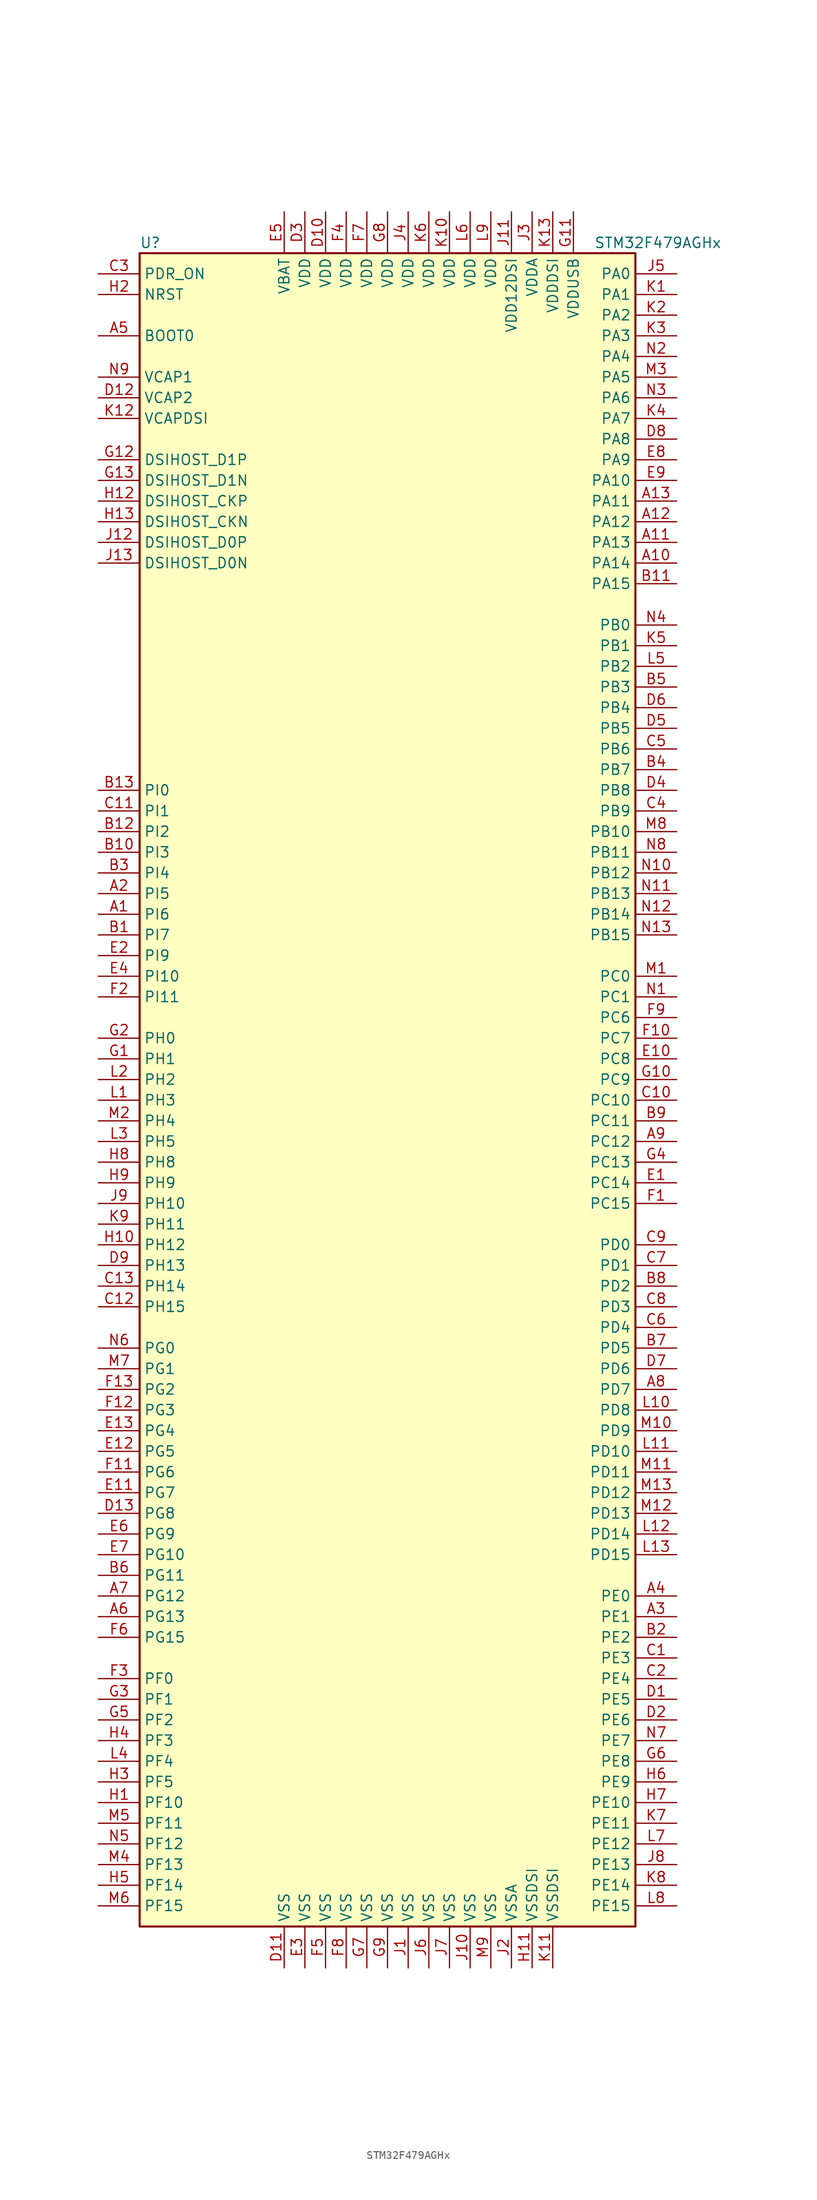
<source format=kicad_sym>
(kicad_symbol_lib
  (version 20201005)
  (generator kicad_symbol_editor)
  (symbol "STM32F479AGHx"
    (property "Reference" "U"
      (at -30.48 102.87 0)
      (effects (font (size 1.27 1.27)) (justify left)))
    (property "Value" "STM32F479AGHx"
      (at 25.4 102.87 0)
      (effects (font (size 1.27 1.27)) (justify left)))
    (symbol "STM32F479AGHx_0_1"
      (rectangle (start -30.48 -104.14) (end 30.48 101.6) (stroke (width 0.254)) (fill (type background))))
    (symbol "STM32F479AGHx_1_1"
      (pin bidirectional line (at -35.56 20.32 0) (length 5.08) (name "PI6" (effects (font (size 1.27 1.27)))) (number "A1" (effects (font (size 1.27 1.27)))))
      (pin bidirectional line (at 35.56 63.5 180) (length 5.08) (name "PA14" (effects (font (size 1.27 1.27)))) (number "A10" (effects (font (size 1.27 1.27)))))
      (pin bidirectional line (at 35.56 66.04 180) (length 5.08) (name "PA13" (effects (font (size 1.27 1.27)))) (number "A11" (effects (font (size 1.27 1.27)))))
      (pin bidirectional line (at 35.56 68.58 180) (length 5.08) (name "PA12" (effects (font (size 1.27 1.27)))) (number "A12" (effects (font (size 1.27 1.27)))))
      (pin bidirectional line (at 35.56 71.12 180) (length 5.08) (name "PA11" (effects (font (size 1.27 1.27)))) (number "A13" (effects (font (size 1.27 1.27)))))
      (pin bidirectional line (at -35.56 22.86 0) (length 5.08) (name "PI5" (effects (font (size 1.27 1.27)))) (number "A2" (effects (font (size 1.27 1.27)))))
      (pin bidirectional line (at 35.56 -66.04 180) (length 5.08) (name "PE1" (effects (font (size 1.27 1.27)))) (number "A3" (effects (font (size 1.27 1.27)))))
      (pin bidirectional line (at 35.56 -63.5 180) (length 5.08) (name "PE0" (effects (font (size 1.27 1.27)))) (number "A4" (effects (font (size 1.27 1.27)))))
      (pin input line (at -35.56 91.44 0) (length 5.08) (name "BOOT0" (effects (font (size 1.27 1.27)))) (number "A5" (effects (font (size 1.27 1.27)))))
      (pin bidirectional line (at -35.56 -66.04 0) (length 5.08) (name "PG13" (effects (font (size 1.27 1.27)))) (number "A6" (effects (font (size 1.27 1.27)))))
      (pin bidirectional line (at -35.56 -63.5 0) (length 5.08) (name "PG12" (effects (font (size 1.27 1.27)))) (number "A7" (effects (font (size 1.27 1.27)))))
      (pin bidirectional line (at 35.56 -38.1 180) (length 5.08) (name "PD7" (effects (font (size 1.27 1.27)))) (number "A8" (effects (font (size 1.27 1.27)))))
      (pin bidirectional line (at 35.56 -7.62 180) (length 5.08) (name "PC12" (effects (font (size 1.27 1.27)))) (number "A9" (effects (font (size 1.27 1.27)))))
      (pin bidirectional line (at -35.56 17.78 0) (length 5.08) (name "PI7" (effects (font (size 1.27 1.27)))) (number "B1" (effects (font (size 1.27 1.27)))))
      (pin bidirectional line (at -35.56 27.94 0) (length 5.08) (name "PI3" (effects (font (size 1.27 1.27)))) (number "B10" (effects (font (size 1.27 1.27)))))
      (pin bidirectional line (at 35.56 60.96 180) (length 5.08) (name "PA15" (effects (font (size 1.27 1.27)))) (number "B11" (effects (font (size 1.27 1.27)))))
      (pin bidirectional line (at -35.56 30.48 0) (length 5.08) (name "PI2" (effects (font (size 1.27 1.27)))) (number "B12" (effects (font (size 1.27 1.27)))))
      (pin bidirectional line (at -35.56 35.56 0) (length 5.08) (name "PI0" (effects (font (size 1.27 1.27)))) (number "B13" (effects (font (size 1.27 1.27)))))
      (pin bidirectional line (at 35.56 -68.58 180) (length 5.08) (name "PE2" (effects (font (size 1.27 1.27)))) (number "B2" (effects (font (size 1.27 1.27)))))
      (pin bidirectional line (at -35.56 25.4 0) (length 5.08) (name "PI4" (effects (font (size 1.27 1.27)))) (number "B3" (effects (font (size 1.27 1.27)))))
      (pin bidirectional line (at 35.56 38.1 180) (length 5.08) (name "PB7" (effects (font (size 1.27 1.27)))) (number "B4" (effects (font (size 1.27 1.27)))))
      (pin bidirectional line (at 35.56 48.26 180) (length 5.08) (name "PB3" (effects (font (size 1.27 1.27)))) (number "B5" (effects (font (size 1.27 1.27)))))
      (pin bidirectional line (at -35.56 -60.96 0) (length 5.08) (name "PG11" (effects (font (size 1.27 1.27)))) (number "B6" (effects (font (size 1.27 1.27)))))
      (pin bidirectional line (at 35.56 -33.02 180) (length 5.08) (name "PD5" (effects (font (size 1.27 1.27)))) (number "B7" (effects (font (size 1.27 1.27)))))
      (pin bidirectional line (at 35.56 -25.4 180) (length 5.08) (name "PD2" (effects (font (size 1.27 1.27)))) (number "B8" (effects (font (size 1.27 1.27)))))
      (pin bidirectional line (at 35.56 -5.08 180) (length 5.08) (name "PC11" (effects (font (size 1.27 1.27)))) (number "B9" (effects (font (size 1.27 1.27)))))
      (pin bidirectional line (at 35.56 -71.12 180) (length 5.08) (name "PE3" (effects (font (size 1.27 1.27)))) (number "C1" (effects (font (size 1.27 1.27)))))
      (pin bidirectional line (at 35.56 -2.54 180) (length 5.08) (name "PC10" (effects (font (size 1.27 1.27)))) (number "C10" (effects (font (size 1.27 1.27)))))
      (pin bidirectional line (at -35.56 33.02 0) (length 5.08) (name "PI1" (effects (font (size 1.27 1.27)))) (number "C11" (effects (font (size 1.27 1.27)))))
      (pin bidirectional line (at -35.56 -27.94 0) (length 5.08) (name "PH15" (effects (font (size 1.27 1.27)))) (number "C12" (effects (font (size 1.27 1.27)))))
      (pin bidirectional line (at -35.56 -25.4 0) (length 5.08) (name "PH14" (effects (font (size 1.27 1.27)))) (number "C13" (effects (font (size 1.27 1.27)))))
      (pin bidirectional line (at 35.56 -73.66 180) (length 5.08) (name "PE4" (effects (font (size 1.27 1.27)))) (number "C2" (effects (font (size 1.27 1.27)))))
      (pin input line (at -35.56 99.06 0) (length 5.08) (name "PDR_ON" (effects (font (size 1.27 1.27)))) (number "C3" (effects (font (size 1.27 1.27)))))
      (pin bidirectional line (at 35.56 33.02 180) (length 5.08) (name "PB9" (effects (font (size 1.27 1.27)))) (number "C4" (effects (font (size 1.27 1.27)))))
      (pin bidirectional line (at 35.56 40.64 180) (length 5.08) (name "PB6" (effects (font (size 1.27 1.27)))) (number "C5" (effects (font (size 1.27 1.27)))))
      (pin bidirectional line (at 35.56 -30.48 180) (length 5.08) (name "PD4" (effects (font (size 1.27 1.27)))) (number "C6" (effects (font (size 1.27 1.27)))))
      (pin bidirectional line (at 35.56 -22.86 180) (length 5.08) (name "PD1" (effects (font (size 1.27 1.27)))) (number "C7" (effects (font (size 1.27 1.27)))))
      (pin bidirectional line (at 35.56 -27.94 180) (length 5.08) (name "PD3" (effects (font (size 1.27 1.27)))) (number "C8" (effects (font (size 1.27 1.27)))))
      (pin bidirectional line (at 35.56 -20.32 180) (length 5.08) (name "PD0" (effects (font (size 1.27 1.27)))) (number "C9" (effects (font (size 1.27 1.27)))))
      (pin bidirectional line (at 35.56 -76.2 180) (length 5.08) (name "PE5" (effects (font (size 1.27 1.27)))) (number "D1" (effects (font (size 1.27 1.27)))))
      (pin power_in line (at -7.62 106.68 270) (length 5.08) (name "VDD" (effects (font (size 1.27 1.27)))) (number "D10" (effects (font (size 1.27 1.27)))))
      (pin power_in line (at -12.7 -109.22 90) (length 5.08) (name "VSS" (effects (font (size 1.27 1.27)))) (number "D11" (effects (font (size 1.27 1.27)))))
      (pin power_in line (at -35.56 83.82 0) (length 5.08) (name "VCAP2" (effects (font (size 1.27 1.27)))) (number "D12" (effects (font (size 1.27 1.27)))))
      (pin bidirectional line (at -35.56 -53.34 0) (length 5.08) (name "PG8" (effects (font (size 1.27 1.27)))) (number "D13" (effects (font (size 1.27 1.27)))))
      (pin bidirectional line (at 35.56 -78.74 180) (length 5.08) (name "PE6" (effects (font (size 1.27 1.27)))) (number "D2" (effects (font (size 1.27 1.27)))))
      (pin power_in line (at -10.16 106.68 270) (length 5.08) (name "VDD" (effects (font (size 1.27 1.27)))) (number "D3" (effects (font (size 1.27 1.27)))))
      (pin bidirectional line (at 35.56 35.56 180) (length 5.08) (name "PB8" (effects (font (size 1.27 1.27)))) (number "D4" (effects (font (size 1.27 1.27)))))
      (pin bidirectional line (at 35.56 43.18 180) (length 5.08) (name "PB5" (effects (font (size 1.27 1.27)))) (number "D5" (effects (font (size 1.27 1.27)))))
      (pin bidirectional line (at 35.56 45.72 180) (length 5.08) (name "PB4" (effects (font (size 1.27 1.27)))) (number "D6" (effects (font (size 1.27 1.27)))))
      (pin bidirectional line (at 35.56 -35.56 180) (length 5.08) (name "PD6" (effects (font (size 1.27 1.27)))) (number "D7" (effects (font (size 1.27 1.27)))))
      (pin bidirectional line (at 35.56 78.74 180) (length 5.08) (name "PA8" (effects (font (size 1.27 1.27)))) (number "D8" (effects (font (size 1.27 1.27)))))
      (pin bidirectional line (at -35.56 -22.86 0) (length 5.08) (name "PH13" (effects (font (size 1.27 1.27)))) (number "D9" (effects (font (size 1.27 1.27)))))
      (pin bidirectional line (at 35.56 -12.7 180) (length 5.08) (name "PC14" (effects (font (size 1.27 1.27)))) (number "E1" (effects (font (size 1.27 1.27)))))
      (pin bidirectional line (at 35.56 2.54 180) (length 5.08) (name "PC8" (effects (font (size 1.27 1.27)))) (number "E10" (effects (font (size 1.27 1.27)))))
      (pin bidirectional line (at -35.56 -50.8 0) (length 5.08) (name "PG7" (effects (font (size 1.27 1.27)))) (number "E11" (effects (font (size 1.27 1.27)))))
      (pin bidirectional line (at -35.56 -45.72 0) (length 5.08) (name "PG5" (effects (font (size 1.27 1.27)))) (number "E12" (effects (font (size 1.27 1.27)))))
      (pin bidirectional line (at -35.56 -43.18 0) (length 5.08) (name "PG4" (effects (font (size 1.27 1.27)))) (number "E13" (effects (font (size 1.27 1.27)))))
      (pin bidirectional line (at -35.56 15.24 0) (length 5.08) (name "PI9" (effects (font (size 1.27 1.27)))) (number "E2" (effects (font (size 1.27 1.27)))))
      (pin power_in line (at -10.16 -109.22 90) (length 5.08) (name "VSS" (effects (font (size 1.27 1.27)))) (number "E3" (effects (font (size 1.27 1.27)))))
      (pin bidirectional line (at -35.56 12.7 0) (length 5.08) (name "PI10" (effects (font (size 1.27 1.27)))) (number "E4" (effects (font (size 1.27 1.27)))))
      (pin power_in line (at -12.7 106.68 270) (length 5.08) (name "VBAT" (effects (font (size 1.27 1.27)))) (number "E5" (effects (font (size 1.27 1.27)))))
      (pin bidirectional line (at -35.56 -55.88 0) (length 5.08) (name "PG9" (effects (font (size 1.27 1.27)))) (number "E6" (effects (font (size 1.27 1.27)))))
      (pin bidirectional line (at -35.56 -58.42 0) (length 5.08) (name "PG10" (effects (font (size 1.27 1.27)))) (number "E7" (effects (font (size 1.27 1.27)))))
      (pin bidirectional line (at 35.56 76.2 180) (length 5.08) (name "PA9" (effects (font (size 1.27 1.27)))) (number "E8" (effects (font (size 1.27 1.27)))))
      (pin bidirectional line (at 35.56 73.66 180) (length 5.08) (name "PA10" (effects (font (size 1.27 1.27)))) (number "E9" (effects (font (size 1.27 1.27)))))
      (pin bidirectional line (at 35.56 -15.24 180) (length 5.08) (name "PC15" (effects (font (size 1.27 1.27)))) (number "F1" (effects (font (size 1.27 1.27)))))
      (pin bidirectional line (at 35.56 5.08 180) (length 5.08) (name "PC7" (effects (font (size 1.27 1.27)))) (number "F10" (effects (font (size 1.27 1.27)))))
      (pin bidirectional line (at -35.56 -48.26 0) (length 5.08) (name "PG6" (effects (font (size 1.27 1.27)))) (number "F11" (effects (font (size 1.27 1.27)))))
      (pin bidirectional line (at -35.56 -40.64 0) (length 5.08) (name "PG3" (effects (font (size 1.27 1.27)))) (number "F12" (effects (font (size 1.27 1.27)))))
      (pin bidirectional line (at -35.56 -38.1 0) (length 5.08) (name "PG2" (effects (font (size 1.27 1.27)))) (number "F13" (effects (font (size 1.27 1.27)))))
      (pin bidirectional line (at -35.56 10.16 0) (length 5.08) (name "PI11" (effects (font (size 1.27 1.27)))) (number "F2" (effects (font (size 1.27 1.27)))))
      (pin bidirectional line (at -35.56 -73.66 0) (length 5.08) (name "PF0" (effects (font (size 1.27 1.27)))) (number "F3" (effects (font (size 1.27 1.27)))))
      (pin power_in line (at -5.08 106.68 270) (length 5.08) (name "VDD" (effects (font (size 1.27 1.27)))) (number "F4" (effects (font (size 1.27 1.27)))))
      (pin power_in line (at -7.62 -109.22 90) (length 5.08) (name "VSS" (effects (font (size 1.27 1.27)))) (number "F5" (effects (font (size 1.27 1.27)))))
      (pin bidirectional line (at -35.56 -68.58 0) (length 5.08) (name "PG15" (effects (font (size 1.27 1.27)))) (number "F6" (effects (font (size 1.27 1.27)))))
      (pin power_in line (at -2.54 106.68 270) (length 5.08) (name "VDD" (effects (font (size 1.27 1.27)))) (number "F7" (effects (font (size 1.27 1.27)))))
      (pin power_in line (at -5.08 -109.22 90) (length 5.08) (name "VSS" (effects (font (size 1.27 1.27)))) (number "F8" (effects (font (size 1.27 1.27)))))
      (pin bidirectional line (at 35.56 7.62 180) (length 5.08) (name "PC6" (effects (font (size 1.27 1.27)))) (number "F9" (effects (font (size 1.27 1.27)))))
      (pin input line (at -35.56 2.54 0) (length 5.08) (name "PH1" (effects (font (size 1.27 1.27)))) (number "G1" (effects (font (size 1.27 1.27)))))
      (pin bidirectional line (at 35.56 0 180) (length 5.08) (name "PC9" (effects (font (size 1.27 1.27)))) (number "G10" (effects (font (size 1.27 1.27)))))
      (pin power_in line (at 22.86 106.68 270) (length 5.08) (name "VDDUSB" (effects (font (size 1.27 1.27)))) (number "G11" (effects (font (size 1.27 1.27)))))
      (pin bidirectional line (at -35.56 76.2 0) (length 5.08) (name "DSIHOST_D1P" (effects (font (size 1.27 1.27)))) (number "G12" (effects (font (size 1.27 1.27)))))
      (pin bidirectional line (at -35.56 73.66 0) (length 5.08) (name "DSIHOST_D1N" (effects (font (size 1.27 1.27)))) (number "G13" (effects (font (size 1.27 1.27)))))
      (pin input line (at -35.56 5.08 0) (length 5.08) (name "PH0" (effects (font (size 1.27 1.27)))) (number "G2" (effects (font (size 1.27 1.27)))))
      (pin bidirectional line (at -35.56 -76.2 0) (length 5.08) (name "PF1" (effects (font (size 1.27 1.27)))) (number "G3" (effects (font (size 1.27 1.27)))))
      (pin bidirectional line (at 35.56 -10.16 180) (length 5.08) (name "PC13" (effects (font (size 1.27 1.27)))) (number "G4" (effects (font (size 1.27 1.27)))))
      (pin bidirectional line (at -35.56 -78.74 0) (length 5.08) (name "PF2" (effects (font (size 1.27 1.27)))) (number "G5" (effects (font (size 1.27 1.27)))))
      (pin bidirectional line (at 35.56 -83.82 180) (length 5.08) (name "PE8" (effects (font (size 1.27 1.27)))) (number "G6" (effects (font (size 1.27 1.27)))))
      (pin power_in line (at -2.54 -109.22 90) (length 5.08) (name "VSS" (effects (font (size 1.27 1.27)))) (number "G7" (effects (font (size 1.27 1.27)))))
      (pin power_in line (at 0 106.68 270) (length 5.08) (name "VDD" (effects (font (size 1.27 1.27)))) (number "G8" (effects (font (size 1.27 1.27)))))
      (pin power_in line (at 0 -109.22 90) (length 5.08) (name "VSS" (effects (font (size 1.27 1.27)))) (number "G9" (effects (font (size 1.27 1.27)))))
      (pin bidirectional line (at -35.56 -88.9 0) (length 5.08) (name "PF10" (effects (font (size 1.27 1.27)))) (number "H1" (effects (font (size 1.27 1.27)))))
      (pin bidirectional line (at -35.56 -20.32 0) (length 5.08) (name "PH12" (effects (font (size 1.27 1.27)))) (number "H10" (effects (font (size 1.27 1.27)))))
      (pin power_in line (at 17.78 -109.22 90) (length 5.08) (name "VSSDSI" (effects (font (size 1.27 1.27)))) (number "H11" (effects (font (size 1.27 1.27)))))
      (pin bidirectional line (at -35.56 71.12 0) (length 5.08) (name "DSIHOST_CKP" (effects (font (size 1.27 1.27)))) (number "H12" (effects (font (size 1.27 1.27)))))
      (pin bidirectional line (at -35.56 68.58 0) (length 5.08) (name "DSIHOST_CKN" (effects (font (size 1.27 1.27)))) (number "H13" (effects (font (size 1.27 1.27)))))
      (pin input line (at -35.56 96.52 0) (length 5.08) (name "NRST" (effects (font (size 1.27 1.27)))) (number "H2" (effects (font (size 1.27 1.27)))))
      (pin bidirectional line (at -35.56 -86.36 0) (length 5.08) (name "PF5" (effects (font (size 1.27 1.27)))) (number "H3" (effects (font (size 1.27 1.27)))))
      (pin bidirectional line (at -35.56 -81.28 0) (length 5.08) (name "PF3" (effects (font (size 1.27 1.27)))) (number "H4" (effects (font (size 1.27 1.27)))))
      (pin bidirectional line (at -35.56 -99.06 0) (length 5.08) (name "PF14" (effects (font (size 1.27 1.27)))) (number "H5" (effects (font (size 1.27 1.27)))))
      (pin bidirectional line (at 35.56 -86.36 180) (length 5.08) (name "PE9" (effects (font (size 1.27 1.27)))) (number "H6" (effects (font (size 1.27 1.27)))))
      (pin bidirectional line (at 35.56 -88.9 180) (length 5.08) (name "PE10" (effects (font (size 1.27 1.27)))) (number "H7" (effects (font (size 1.27 1.27)))))
      (pin bidirectional line (at -35.56 -10.16 0) (length 5.08) (name "PH8" (effects (font (size 1.27 1.27)))) (number "H8" (effects (font (size 1.27 1.27)))))
      (pin bidirectional line (at -35.56 -12.7 0) (length 5.08) (name "PH9" (effects (font (size 1.27 1.27)))) (number "H9" (effects (font (size 1.27 1.27)))))
      (pin power_in line (at 2.54 -109.22 90) (length 5.08) (name "VSS" (effects (font (size 1.27 1.27)))) (number "J1" (effects (font (size 1.27 1.27)))))
      (pin power_in line (at 10.16 -109.22 90) (length 5.08) (name "VSS" (effects (font (size 1.27 1.27)))) (number "J10" (effects (font (size 1.27 1.27)))))
      (pin power_in line (at 15.24 106.68 270) (length 5.08) (name "VDD12DSI" (effects (font (size 1.27 1.27)))) (number "J11" (effects (font (size 1.27 1.27)))))
      (pin bidirectional line (at -35.56 66.04 0) (length 5.08) (name "DSIHOST_D0P" (effects (font (size 1.27 1.27)))) (number "J12" (effects (font (size 1.27 1.27)))))
      (pin bidirectional line (at -35.56 63.5 0) (length 5.08) (name "DSIHOST_D0N" (effects (font (size 1.27 1.27)))) (number "J13" (effects (font (size 1.27 1.27)))))
      (pin power_in line (at 15.24 -109.22 90) (length 5.08) (name "VSSA" (effects (font (size 1.27 1.27)))) (number "J2" (effects (font (size 1.27 1.27)))))
      (pin power_in line (at 17.78 106.68 270) (length 5.08) (name "VDDA" (effects (font (size 1.27 1.27)))) (number "J3" (effects (font (size 1.27 1.27)))))
      (pin power_in line (at 2.54 106.68 270) (length 5.08) (name "VDD" (effects (font (size 1.27 1.27)))) (number "J4" (effects (font (size 1.27 1.27)))))
      (pin bidirectional line (at 35.56 99.06 180) (length 5.08) (name "PA0" (effects (font (size 1.27 1.27)))) (number "J5" (effects (font (size 1.27 1.27)))))
      (pin power_in line (at 5.08 -109.22 90) (length 5.08) (name "VSS" (effects (font (size 1.27 1.27)))) (number "J6" (effects (font (size 1.27 1.27)))))
      (pin power_in line (at 7.62 -109.22 90) (length 5.08) (name "VSS" (effects (font (size 1.27 1.27)))) (number "J7" (effects (font (size 1.27 1.27)))))
      (pin bidirectional line (at 35.56 -96.52 180) (length 5.08) (name "PE13" (effects (font (size 1.27 1.27)))) (number "J8" (effects (font (size 1.27 1.27)))))
      (pin bidirectional line (at -35.56 -15.24 0) (length 5.08) (name "PH10" (effects (font (size 1.27 1.27)))) (number "J9" (effects (font (size 1.27 1.27)))))
      (pin bidirectional line (at 35.56 96.52 180) (length 5.08) (name "PA1" (effects (font (size 1.27 1.27)))) (number "K1" (effects (font (size 1.27 1.27)))))
      (pin power_in line (at 7.62 106.68 270) (length 5.08) (name "VDD" (effects (font (size 1.27 1.27)))) (number "K10" (effects (font (size 1.27 1.27)))))
      (pin power_in line (at 20.32 -109.22 90) (length 5.08) (name "VSSDSI" (effects (font (size 1.27 1.27)))) (number "K11" (effects (font (size 1.27 1.27)))))
      (pin power_in line (at -35.56 81.28 0) (length 5.08) (name "VCAPDSI" (effects (font (size 1.27 1.27)))) (number "K12" (effects (font (size 1.27 1.27)))))
      (pin power_in line (at 20.32 106.68 270) (length 5.08) (name "VDDDSI" (effects (font (size 1.27 1.27)))) (number "K13" (effects (font (size 1.27 1.27)))))
      (pin bidirectional line (at 35.56 93.98 180) (length 5.08) (name "PA2" (effects (font (size 1.27 1.27)))) (number "K2" (effects (font (size 1.27 1.27)))))
      (pin bidirectional line (at 35.56 91.44 180) (length 5.08) (name "PA3" (effects (font (size 1.27 1.27)))) (number "K3" (effects (font (size 1.27 1.27)))))
      (pin bidirectional line (at 35.56 81.28 180) (length 5.08) (name "PA7" (effects (font (size 1.27 1.27)))) (number "K4" (effects (font (size 1.27 1.27)))))
      (pin bidirectional line (at 35.56 53.34 180) (length 5.08) (name "PB1" (effects (font (size 1.27 1.27)))) (number "K5" (effects (font (size 1.27 1.27)))))
      (pin power_in line (at 5.08 106.68 270) (length 5.08) (name "VDD" (effects (font (size 1.27 1.27)))) (number "K6" (effects (font (size 1.27 1.27)))))
      (pin bidirectional line (at 35.56 -91.44 180) (length 5.08) (name "PE11" (effects (font (size 1.27 1.27)))) (number "K7" (effects (font (size 1.27 1.27)))))
      (pin bidirectional line (at 35.56 -99.06 180) (length 5.08) (name "PE14" (effects (font (size 1.27 1.27)))) (number "K8" (effects (font (size 1.27 1.27)))))
      (pin bidirectional line (at -35.56 -17.78 0) (length 5.08) (name "PH11" (effects (font (size 1.27 1.27)))) (number "K9" (effects (font (size 1.27 1.27)))))
      (pin bidirectional line (at -35.56 -2.54 0) (length 5.08) (name "PH3" (effects (font (size 1.27 1.27)))) (number "L1" (effects (font (size 1.27 1.27)))))
      (pin bidirectional line (at 35.56 -40.64 180) (length 5.08) (name "PD8" (effects (font (size 1.27 1.27)))) (number "L10" (effects (font (size 1.27 1.27)))))
      (pin bidirectional line (at 35.56 -45.72 180) (length 5.08) (name "PD10" (effects (font (size 1.27 1.27)))) (number "L11" (effects (font (size 1.27 1.27)))))
      (pin bidirectional line (at 35.56 -55.88 180) (length 5.08) (name "PD14" (effects (font (size 1.27 1.27)))) (number "L12" (effects (font (size 1.27 1.27)))))
      (pin bidirectional line (at 35.56 -58.42 180) (length 5.08) (name "PD15" (effects (font (size 1.27 1.27)))) (number "L13" (effects (font (size 1.27 1.27)))))
      (pin bidirectional line (at -35.56 0 0) (length 5.08) (name "PH2" (effects (font (size 1.27 1.27)))) (number "L2" (effects (font (size 1.27 1.27)))))
      (pin bidirectional line (at -35.56 -7.62 0) (length 5.08) (name "PH5" (effects (font (size 1.27 1.27)))) (number "L3" (effects (font (size 1.27 1.27)))))
      (pin bidirectional line (at -35.56 -83.82 0) (length 5.08) (name "PF4" (effects (font (size 1.27 1.27)))) (number "L4" (effects (font (size 1.27 1.27)))))
      (pin bidirectional line (at 35.56 50.8 180) (length 5.08) (name "PB2" (effects (font (size 1.27 1.27)))) (number "L5" (effects (font (size 1.27 1.27)))))
      (pin power_in line (at 10.16 106.68 270) (length 5.08) (name "VDD" (effects (font (size 1.27 1.27)))) (number "L6" (effects (font (size 1.27 1.27)))))
      (pin bidirectional line (at 35.56 -93.98 180) (length 5.08) (name "PE12" (effects (font (size 1.27 1.27)))) (number "L7" (effects (font (size 1.27 1.27)))))
      (pin bidirectional line (at 35.56 -101.6 180) (length 5.08) (name "PE15" (effects (font (size 1.27 1.27)))) (number "L8" (effects (font (size 1.27 1.27)))))
      (pin power_in line (at 12.7 106.68 270) (length 5.08) (name "VDD" (effects (font (size 1.27 1.27)))) (number "L9" (effects (font (size 1.27 1.27)))))
      (pin bidirectional line (at 35.56 12.7 180) (length 5.08) (name "PC0" (effects (font (size 1.27 1.27)))) (number "M1" (effects (font (size 1.27 1.27)))))
      (pin bidirectional line (at 35.56 -43.18 180) (length 5.08) (name "PD9" (effects (font (size 1.27 1.27)))) (number "M10" (effects (font (size 1.27 1.27)))))
      (pin bidirectional line (at 35.56 -48.26 180) (length 5.08) (name "PD11" (effects (font (size 1.27 1.27)))) (number "M11" (effects (font (size 1.27 1.27)))))
      (pin bidirectional line (at 35.56 -53.34 180) (length 5.08) (name "PD13" (effects (font (size 1.27 1.27)))) (number "M12" (effects (font (size 1.27 1.27)))))
      (pin bidirectional line (at 35.56 -50.8 180) (length 5.08) (name "PD12" (effects (font (size 1.27 1.27)))) (number "M13" (effects (font (size 1.27 1.27)))))
      (pin bidirectional line (at -35.56 -5.08 0) (length 5.08) (name "PH4" (effects (font (size 1.27 1.27)))) (number "M2" (effects (font (size 1.27 1.27)))))
      (pin bidirectional line (at 35.56 86.36 180) (length 5.08) (name "PA5" (effects (font (size 1.27 1.27)))) (number "M3" (effects (font (size 1.27 1.27)))))
      (pin bidirectional line (at -35.56 -96.52 0) (length 5.08) (name "PF13" (effects (font (size 1.27 1.27)))) (number "M4" (effects (font (size 1.27 1.27)))))
      (pin bidirectional line (at -35.56 -91.44 0) (length 5.08) (name "PF11" (effects (font (size 1.27 1.27)))) (number "M5" (effects (font (size 1.27 1.27)))))
      (pin bidirectional line (at -35.56 -101.6 0) (length 5.08) (name "PF15" (effects (font (size 1.27 1.27)))) (number "M6" (effects (font (size 1.27 1.27)))))
      (pin bidirectional line (at -35.56 -35.56 0) (length 5.08) (name "PG1" (effects (font (size 1.27 1.27)))) (number "M7" (effects (font (size 1.27 1.27)))))
      (pin bidirectional line (at 35.56 30.48 180) (length 5.08) (name "PB10" (effects (font (size 1.27 1.27)))) (number "M8" (effects (font (size 1.27 1.27)))))
      (pin power_in line (at 12.7 -109.22 90) (length 5.08) (name "VSS" (effects (font (size 1.27 1.27)))) (number "M9" (effects (font (size 1.27 1.27)))))
      (pin bidirectional line (at 35.56 10.16 180) (length 5.08) (name "PC1" (effects (font (size 1.27 1.27)))) (number "N1" (effects (font (size 1.27 1.27)))))
      (pin bidirectional line (at 35.56 25.4 180) (length 5.08) (name "PB12" (effects (font (size 1.27 1.27)))) (number "N10" (effects (font (size 1.27 1.27)))))
      (pin bidirectional line (at 35.56 22.86 180) (length 5.08) (name "PB13" (effects (font (size 1.27 1.27)))) (number "N11" (effects (font (size 1.27 1.27)))))
      (pin bidirectional line (at 35.56 20.32 180) (length 5.08) (name "PB14" (effects (font (size 1.27 1.27)))) (number "N12" (effects (font (size 1.27 1.27)))))
      (pin bidirectional line (at 35.56 17.78 180) (length 5.08) (name "PB15" (effects (font (size 1.27 1.27)))) (number "N13" (effects (font (size 1.27 1.27)))))
      (pin bidirectional line (at 35.56 88.9 180) (length 5.08) (name "PA4" (effects (font (size 1.27 1.27)))) (number "N2" (effects (font (size 1.27 1.27)))))
      (pin bidirectional line (at 35.56 83.82 180) (length 5.08) (name "PA6" (effects (font (size 1.27 1.27)))) (number "N3" (effects (font (size 1.27 1.27)))))
      (pin bidirectional line (at 35.56 55.88 180) (length 5.08) (name "PB0" (effects (font (size 1.27 1.27)))) (number "N4" (effects (font (size 1.27 1.27)))))
      (pin bidirectional line (at -35.56 -93.98 0) (length 5.08) (name "PF12" (effects (font (size 1.27 1.27)))) (number "N5" (effects (font (size 1.27 1.27)))))
      (pin bidirectional line (at -35.56 -33.02 0) (length 5.08) (name "PG0" (effects (font (size 1.27 1.27)))) (number "N6" (effects (font (size 1.27 1.27)))))
      (pin bidirectional line (at 35.56 -81.28 180) (length 5.08) (name "PE7" (effects (font (size 1.27 1.27)))) (number "N7" (effects (font (size 1.27 1.27)))))
      (pin bidirectional line (at 35.56 27.94 180) (length 5.08) (name "PB11" (effects (font (size 1.27 1.27)))) (number "N8" (effects (font (size 1.27 1.27)))))
      (pin power_in line (at -35.56 86.36 0) (length 5.08) (name "VCAP1" (effects (font (size 1.27 1.27)))) (number "N9" (effects (font (size 1.27 1.27))))))))
</source>
